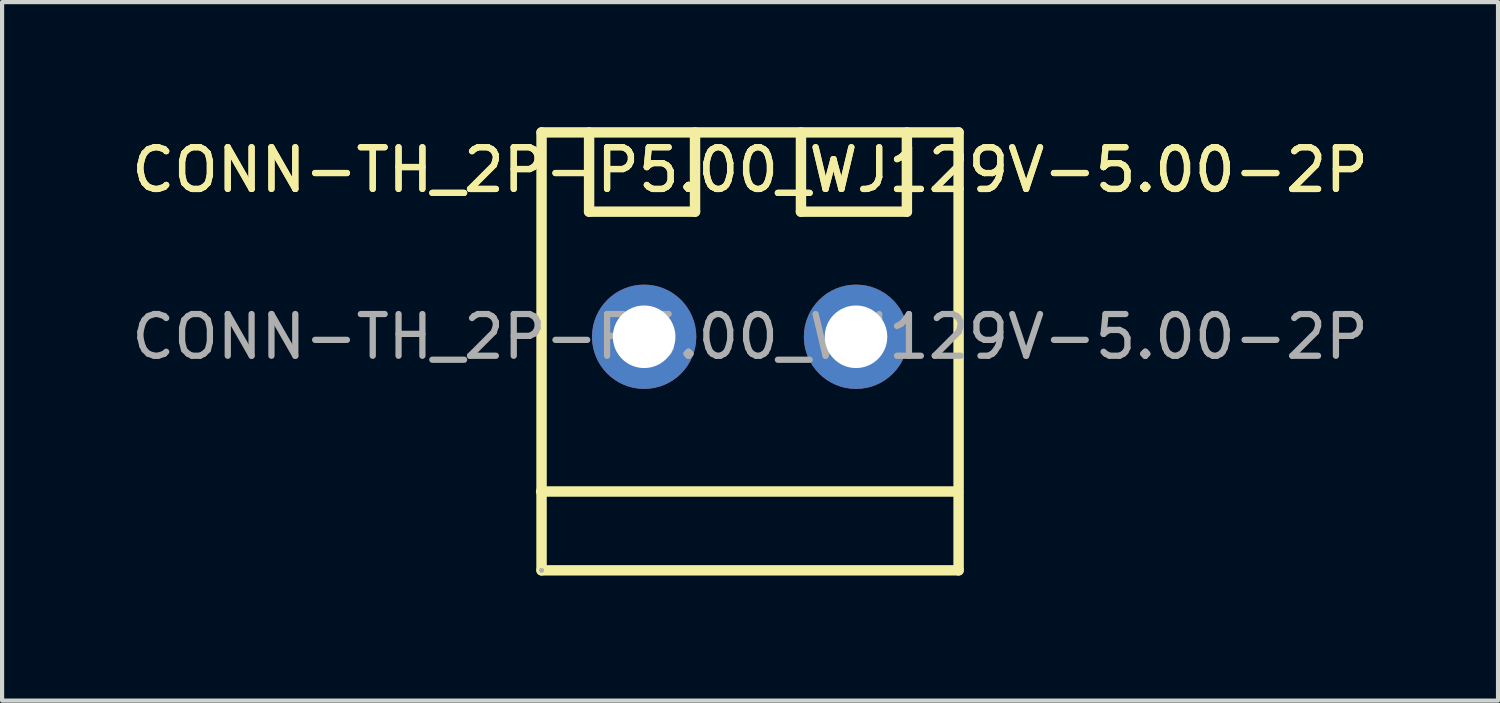
<source format=kicad_pcb>
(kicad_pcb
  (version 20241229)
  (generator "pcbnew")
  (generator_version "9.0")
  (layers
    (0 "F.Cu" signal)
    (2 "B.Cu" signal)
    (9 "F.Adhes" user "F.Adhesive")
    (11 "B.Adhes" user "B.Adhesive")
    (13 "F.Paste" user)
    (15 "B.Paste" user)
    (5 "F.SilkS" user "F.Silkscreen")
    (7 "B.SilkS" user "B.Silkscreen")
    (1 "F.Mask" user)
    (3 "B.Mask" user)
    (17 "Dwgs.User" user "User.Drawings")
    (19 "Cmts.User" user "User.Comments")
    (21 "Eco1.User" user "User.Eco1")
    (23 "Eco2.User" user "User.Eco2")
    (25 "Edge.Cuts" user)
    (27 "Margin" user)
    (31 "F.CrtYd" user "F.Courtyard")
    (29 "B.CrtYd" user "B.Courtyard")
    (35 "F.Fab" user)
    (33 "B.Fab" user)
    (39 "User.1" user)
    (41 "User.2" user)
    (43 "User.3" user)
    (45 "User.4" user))
  (footprint "CONN-TH_2P-P5.00_WJ129V-5.00-2P"
    (layer "F.Cu")
    (at 14.935 5.025)
    (property "Reference" "CONN-TH_2P-P5.00_WJ129V-5.00-2P" (at 0 -4 0) (layer "F.SilkS") (effects (font (size 1 1) (thickness 0.15))))
    (attr through_hole)
    (fp_line (start -5.01 3.71) (end 4.99 3.71) (stroke (width 0.25) (type solid)) (layer "F.SilkS"))
    (fp_line (start -5 -4.9) (end -5 5.6) (stroke (width 0.25) (type solid)) (layer "F.SilkS"))
    (fp_line (start -5 -4.9) (end 5 -4.9) (stroke (width 0.25) (type solid)) (layer "F.SilkS"))
    (fp_line (start -5 5.6) (end 5 5.6) (stroke (width 0.25) (type solid)) (layer "F.SilkS"))
    (fp_line (start -3.86 -4.9) (end -3.86 -3) (stroke (width 0.25) (type solid)) (layer "F.SilkS"))
    (fp_line (start -3.86 -3) (end -1.32 -3) (stroke (width 0.25) (type solid)) (layer "F.SilkS"))
    (fp_line (start -1.32 -3) (end -1.32 -4.9) (stroke (width 0.25) (type solid)) (layer "F.SilkS"))
    (fp_line (start 1.22 -4.9) (end 1.22 -3) (stroke (width 0.25) (type solid)) (layer "F.SilkS"))
    (fp_line (start 1.22 -3) (end 3.76 -3) (stroke (width 0.25) (type solid)) (layer "F.SilkS"))
    (fp_line (start 3.76 -3) (end 3.76 -4.9) (stroke (width 0.25) (type solid)) (layer "F.SilkS"))
    (fp_line (start 5 -4.9) (end 5 5.6) (stroke (width 0.25) (type solid)) (layer "F.SilkS"))
    (fp_circle (center -5 5.6) (end -4.97 5.6) (stroke (width 0.06) (type solid)) (fill no) (layer "F.Fab"))
    (fp_text user "${REFERENCE}" (at 0 -4 0) (layer "F.SilkS") (effects (font (size 1 1) (thickness 0.15))))
    (fp_text user "${REFERENCE}" (at 0 0 0) (layer "F.Fab") (effects (font (size 1 1) (thickness 0.15))))
    (pad "1" thru_hole circle (at -2.54 0) (size 2.5 2.5) (drill 1.5) (layers "*.Cu" "*.Mask"))
    (pad "2" thru_hole circle (at 2.54 0) (size 2.5 2.5) (drill 1.5) (layers "*.Cu" "*.Mask")))
  (gr_rect
    (start -3 -3)
    (end 32.869 13.75)
    (stroke (width 0.1) (type default))
    (fill no)
    (layer "Edge.Cuts")))
</source>
